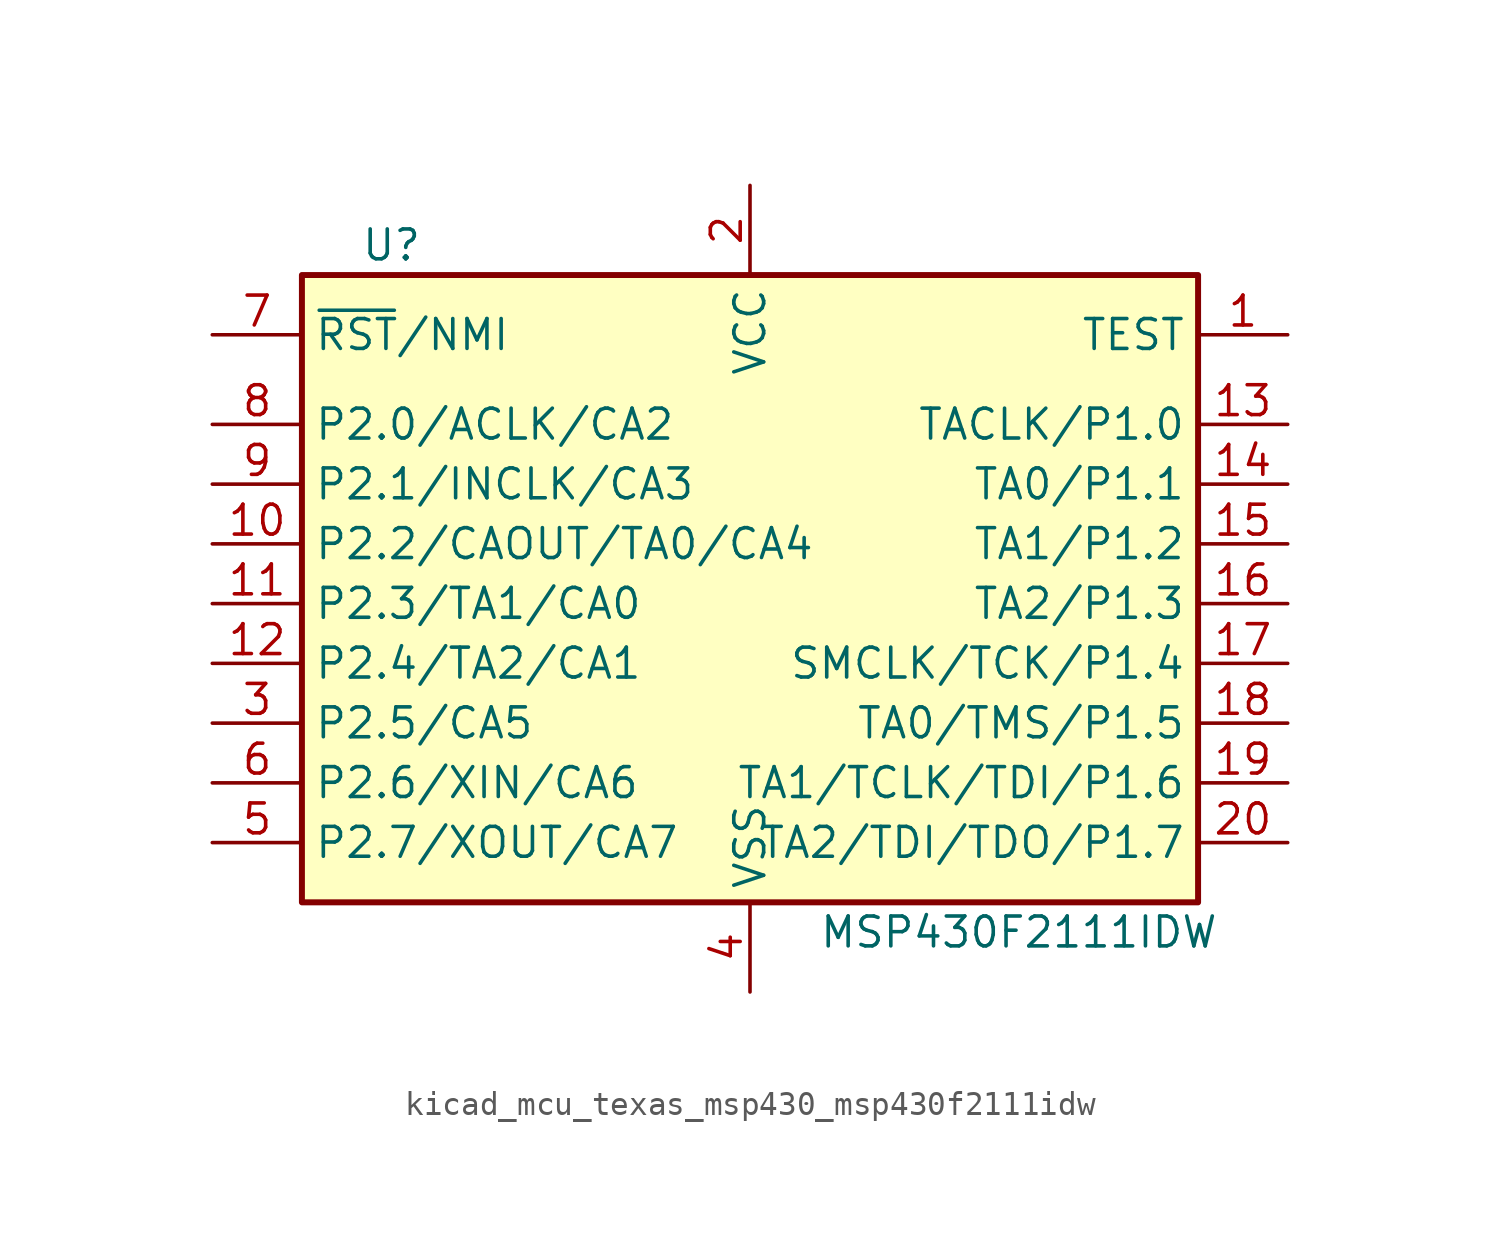
<source format=kicad_sym>
(kicad_symbol_lib
  (version 20220914)
  (generator kicad_symbol_editor)
  (symbol "kicad_mcu_texas_msp430_msp430f2111idw"
    (property "Reference" "U"
      (at -15.24 15.24 0)
      (effects (font (size 1.27 1.27))))
    (property "Value" "MSP430F2111IDW"
      (at 11.43 -13.97 0)
      (effects (font (size 1.27 1.27))))
    (symbol "kicad_mcu_texas_msp430_msp430f2111idw_0_1"
      (rectangle (start -19.05 13.97) (end 19.05 -12.7) (stroke (width 0.254) (type default)) (fill (type background))))
    (symbol "kicad_mcu_texas_msp430_msp430f2111idw_1_1"
      (pin input line (at 22.86 11.43 180) (length 3.81) (name "TEST" (effects (font (size 1.27 1.27)))) (number "1" (effects (font (size 1.27 1.27)))))
      (pin bidirectional line (at -22.86 2.54 0) (length 3.81) (name "P2.2/CAOUT/TA0/CA4" (effects (font (size 1.27 1.27)))) (number "10" (effects (font (size 1.27 1.27)))))
      (pin bidirectional line (at -22.86 0 0) (length 3.81) (name "P2.3/TA1/CA0" (effects (font (size 1.27 1.27)))) (number "11" (effects (font (size 1.27 1.27)))))
      (pin bidirectional line (at -22.86 -2.54 0) (length 3.81) (name "P2.4/TA2/CA1" (effects (font (size 1.27 1.27)))) (number "12" (effects (font (size 1.27 1.27)))))
      (pin bidirectional line (at 22.86 7.62 180) (length 3.81) (name "TACLK/P1.0" (effects (font (size 1.27 1.27)))) (number "13" (effects (font (size 1.27 1.27)))))
      (pin bidirectional line (at 22.86 5.08 180) (length 3.81) (name "TA0/P1.1" (effects (font (size 1.27 1.27)))) (number "14" (effects (font (size 1.27 1.27)))))
      (pin bidirectional line (at 22.86 2.54 180) (length 3.81) (name "TA1/P1.2" (effects (font (size 1.27 1.27)))) (number "15" (effects (font (size 1.27 1.27)))))
      (pin bidirectional line (at 22.86 0 180) (length 3.81) (name "TA2/P1.3" (effects (font (size 1.27 1.27)))) (number "16" (effects (font (size 1.27 1.27)))))
      (pin bidirectional line (at 22.86 -2.54 180) (length 3.81) (name "SMCLK/TCK/P1.4" (effects (font (size 1.27 1.27)))) (number "17" (effects (font (size 1.27 1.27)))))
      (pin bidirectional line (at 22.86 -5.08 180) (length 3.81) (name "TA0/TMS/P1.5" (effects (font (size 1.27 1.27)))) (number "18" (effects (font (size 1.27 1.27)))))
      (pin bidirectional line (at 22.86 -7.62 180) (length 3.81) (name "TA1/TCLK/TDI/P1.6" (effects (font (size 1.27 1.27)))) (number "19" (effects (font (size 1.27 1.27)))))
      (pin power_in line (at 0 17.78 270) (length 3.81) (name "VCC" (effects (font (size 1.27 1.27)))) (number "2" (effects (font (size 1.27 1.27)))))
      (pin bidirectional line (at 22.86 -10.16 180) (length 3.81) (name "TA2/TDI/TDO/P1.7" (effects (font (size 1.27 1.27)))) (number "20" (effects (font (size 1.27 1.27)))))
      (pin bidirectional line (at -22.86 -5.08 0) (length 3.81) (name "P2.5/CA5" (effects (font (size 1.27 1.27)))) (number "3" (effects (font (size 1.27 1.27)))))
      (pin power_in line (at 0 -16.51 90) (length 3.81) (name "VSS" (effects (font (size 1.27 1.27)))) (number "4" (effects (font (size 1.27 1.27)))))
      (pin bidirectional line (at -22.86 -10.16 0) (length 3.81) (name "P2.7/XOUT/CA7" (effects (font (size 1.27 1.27)))) (number "5" (effects (font (size 1.27 1.27)))))
      (pin bidirectional line (at -22.86 -7.62 0) (length 3.81) (name "P2.6/XIN/CA6" (effects (font (size 1.27 1.27)))) (number "6" (effects (font (size 1.27 1.27)))))
      (pin input line (at -22.86 11.43 0) (length 3.81) (name "~{RST}/NMI" (effects (font (size 1.27 1.27)))) (number "7" (effects (font (size 1.27 1.27)))))
      (pin bidirectional line (at -22.86 7.62 0) (length 3.81) (name "P2.0/ACLK/CA2" (effects (font (size 1.27 1.27)))) (number "8" (effects (font (size 1.27 1.27)))))
      (pin bidirectional line (at -22.86 5.08 0) (length 3.81) (name "P2.1/INCLK/CA3" (effects (font (size 1.27 1.27)))) (number "9" (effects (font (size 1.27 1.27))))))))
</source>
